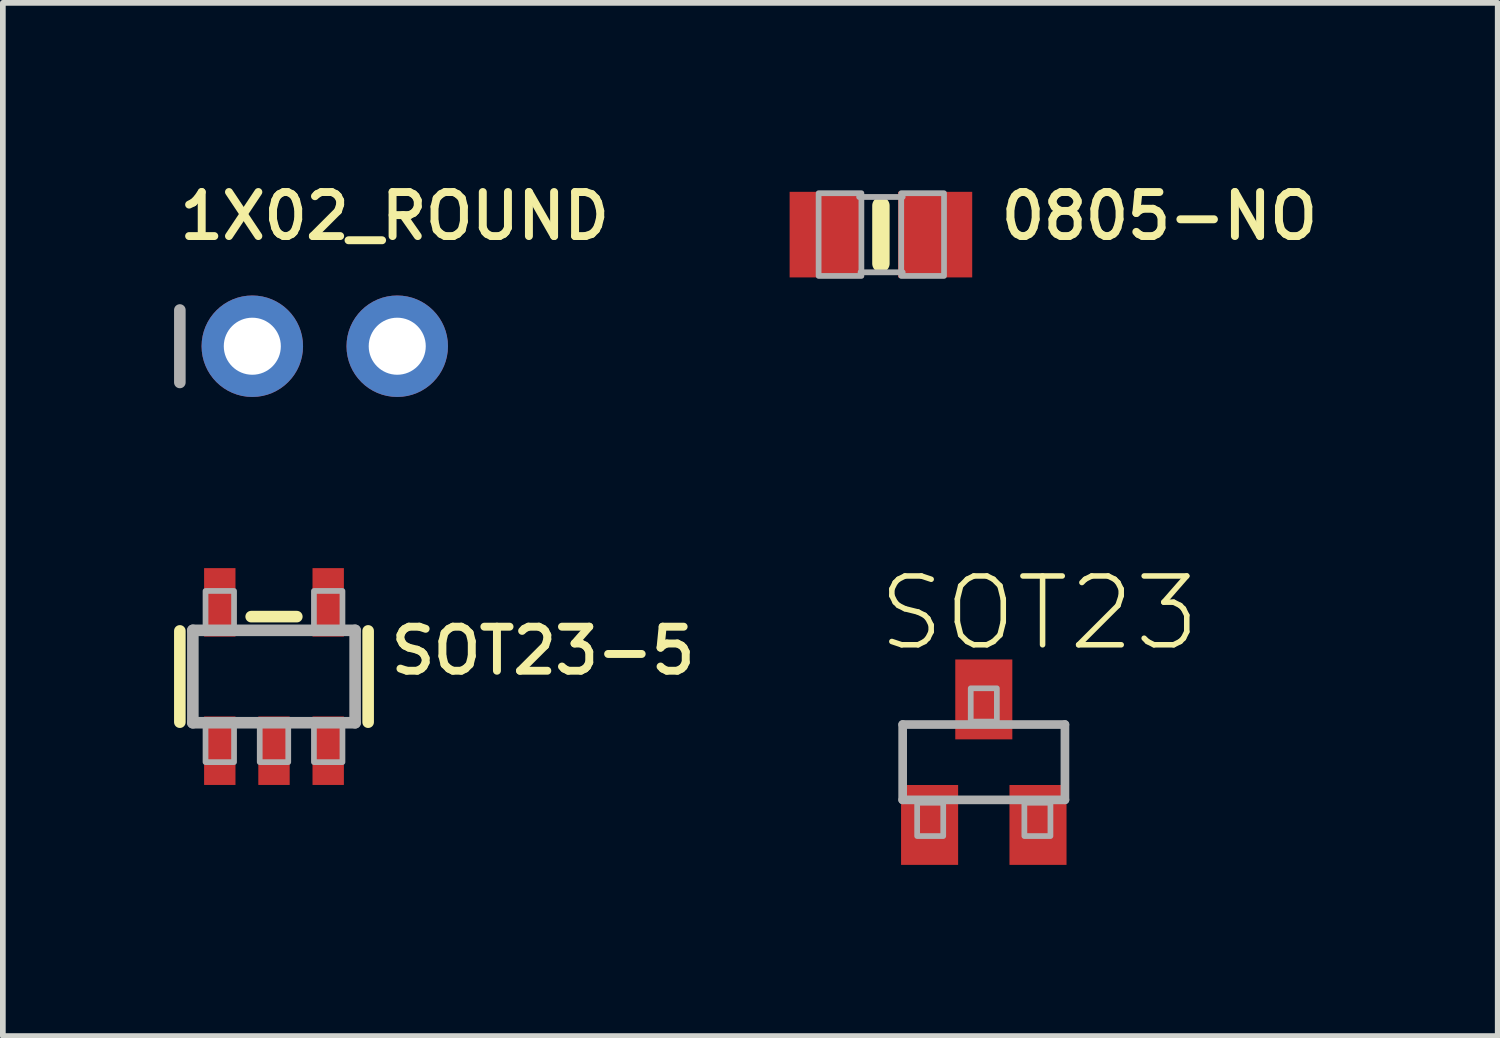
<source format=kicad_pcb>
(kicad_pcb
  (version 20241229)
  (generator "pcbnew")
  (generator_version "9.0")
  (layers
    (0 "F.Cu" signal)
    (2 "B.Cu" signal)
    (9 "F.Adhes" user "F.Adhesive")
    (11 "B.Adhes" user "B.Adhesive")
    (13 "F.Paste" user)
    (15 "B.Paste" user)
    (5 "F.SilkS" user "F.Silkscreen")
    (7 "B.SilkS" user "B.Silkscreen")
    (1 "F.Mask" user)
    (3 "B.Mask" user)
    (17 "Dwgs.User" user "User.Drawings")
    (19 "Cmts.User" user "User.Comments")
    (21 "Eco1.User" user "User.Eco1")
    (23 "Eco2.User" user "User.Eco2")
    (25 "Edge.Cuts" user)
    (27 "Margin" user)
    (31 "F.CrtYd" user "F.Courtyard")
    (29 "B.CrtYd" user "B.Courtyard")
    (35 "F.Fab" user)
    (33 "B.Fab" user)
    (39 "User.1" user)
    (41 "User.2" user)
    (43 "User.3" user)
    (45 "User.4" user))
  (footprint "SOT23-5"
    (layer "F.Cu")
    (at 1.752 8.807)
    (property "Reference" "SOT23-5" (at 1.978 0 0) (layer "F.SilkS") (effects (font (size 0.772 0.772) (thickness 0.139)) (justify left bottom)))
    (attr through_hole)
    (fp_line (start -1.65 -0.8) (end -1.65 0.8) (stroke (width 0.203) (type solid)) (layer "F.SilkS"))
    (fp_line (start -0.4 -1.05) (end 0.4 -1.05) (stroke (width 0.203) (type solid)) (layer "F.SilkS"))
    (fp_line (start 1.65 -0.8) (end 1.65 0.8) (stroke (width 0.203) (type solid)) (layer "F.SilkS"))
    (fp_line (start -1.422 -0.81) (end 1.422 -0.81) (stroke (width 0.203) (type solid)) (layer "F.Fab"))
    (fp_line (start -1.422 0.81) (end -1.422 -0.81) (stroke (width 0.203) (type solid)) (layer "F.Fab"))
    (fp_line (start 1.422 -0.81) (end 1.422 0.81) (stroke (width 0.203) (type solid)) (layer "F.Fab"))
    (fp_line (start 1.422 0.81) (end -1.422 0.81) (stroke (width 0.203) (type solid)) (layer "F.Fab"))
    (fp_poly (pts (xy -1.2 -0.85) (xy -0.7 -0.85) (xy -0.7 -1.5) (xy -1.2 -1.5)) (stroke (width 0.1) (type solid)) (fill no) (layer "F.Fab"))
    (fp_poly (pts (xy -1.2 1.5) (xy -0.7 1.5) (xy -0.7 0.85) (xy -1.2 0.85)) (stroke (width 0.1) (type solid)) (fill no) (layer "F.Fab"))
    (fp_poly (pts (xy -0.25 1.5) (xy 0.25 1.5) (xy 0.25 0.85) (xy -0.25 0.85)) (stroke (width 0.1) (type solid)) (fill no) (layer "F.Fab"))
    (fp_poly (pts (xy 0.7 -0.85) (xy 1.2 -0.85) (xy 1.2 -1.5) (xy 0.7 -1.5)) (stroke (width 0.1) (type solid)) (fill no) (layer "F.Fab"))
    (fp_poly (pts (xy 0.7 1.5) (xy 1.2 1.5) (xy 1.2 0.85) (xy 0.7 0.85)) (stroke (width 0.1) (type solid)) (fill no) (layer "F.Fab"))
    (pad "1" smd rect (at -0.95 1.3) (size 0.55 1.2) (layers "F.Cu" "F.Mask" "F.Paste"))
    (pad "2" smd rect (at 0 1.3) (size 0.55 1.2) (layers "F.Cu" "F.Mask" "F.Paste"))
    (pad "3" smd rect (at 0.95 1.3) (size 0.55 1.2) (layers "F.Cu" "F.Mask" "F.Paste"))
    (pad "4" smd rect (at 0.95 -1.3) (size 0.55 1.2) (layers "F.Cu" "F.Mask" "F.Paste"))
    (pad "5" smd rect (at -0.95 -1.3) (size 0.55 1.2) (layers "F.Cu" "F.Mask" "F.Paste")))
  (footprint "0805-NO"
    (layer "F.Cu")
    (at 12.389 1.062)
    (property "Reference" "0805-NO" (at 2.032 0.127 180) (layer "F.SilkS") (effects (font (size 0.772 0.772) (thickness 0.139)) (justify left bottom)))
    (attr through_hole)
    (fp_line (start 0 -0.508) (end 0 0.508) (stroke (width 0.305) (type solid)) (layer "F.SilkS"))
    (fp_line (start -0.381 -0.66) (end 0.381 -0.66) (stroke (width 0.102) (type solid)) (layer "F.Fab"))
    (fp_line (start -0.356 0.66) (end 0.381 0.66) (stroke (width 0.102) (type solid)) (layer "F.Fab"))
    (fp_poly (pts (xy -1.092 0.724) (xy -0.342 0.724) (xy -0.342 -0.726) (xy -1.092 -0.726)) (stroke (width 0.1) (type solid)) (fill no) (layer "F.Fab"))
    (fp_poly (pts (xy 0.356 0.724) (xy 1.106 0.724) (xy 1.106 -0.726) (xy 0.356 -0.726)) (stroke (width 0.1) (type solid)) (fill no) (layer "F.Fab"))
    (pad "1" smd rect (at -0.95 0) (size 1.3 1.5) (layers "F.Cu" "F.Mask" "F.Paste"))
    (pad "2" smd rect (at 0.95 0) (size 1.3 1.5) (layers "F.Cu" "F.Mask" "F.Paste")))
  (footprint "SOT23"
    (layer "F.Cu")
    (at 14.192 10.308)
    (property "Reference" "SOT23" (at -1.905 -1.905 180) (layer "F.SilkS") (effects (font (size 1.206 1.206) (thickness 0.097)) (justify left bottom)))
    (attr through_hole)
    (fp_line (start -1.422 -0.66) (end 1.422 -0.66) (stroke (width 0.152) (type solid)) (layer "F.Fab"))
    (fp_line (start -1.422 0.66) (end -1.422 -0.66) (stroke (width 0.152) (type solid)) (layer "F.Fab"))
    (fp_line (start 1.422 -0.66) (end 1.422 0.66) (stroke (width 0.152) (type solid)) (layer "F.Fab"))
    (fp_line (start 1.422 0.66) (end -1.422 0.66) (stroke (width 0.152) (type solid)) (layer "F.Fab"))
    (fp_poly (pts (xy -1.168 1.295) (xy -0.711 1.295) (xy -0.711 0.711) (xy -1.168 0.711)) (stroke (width 0.1) (type solid)) (fill no) (layer "F.Fab"))
    (fp_poly (pts (xy -0.229 -0.711) (xy 0.229 -0.711) (xy 0.229 -1.295) (xy -0.229 -1.295)) (stroke (width 0.1) (type solid)) (fill no) (layer "F.Fab"))
    (fp_poly (pts (xy 0.711 1.295) (xy 1.168 1.295) (xy 1.168 0.711) (xy 0.711 0.711)) (stroke (width 0.1) (type solid)) (fill no) (layer "F.Fab"))
    (pad "1" smd rect (at -0.95 1.1) (size 1 1.4) (layers "F.Cu" "F.Mask" "F.Paste"))
    (pad "2" smd rect (at 0.95 1.1) (size 1 1.4) (layers "F.Cu" "F.Mask" "F.Paste"))
    (pad "3" smd rect (at 0 -1.1) (size 1 1.4) (layers "F.Cu" "F.Mask" "F.Paste")))
  (footprint "1X02_ROUND"
    (layer "F.Cu")
    (at 2.642 3.018)
    (property "Reference" "1X02_ROUND" (at -2.616 -1.829 0) (layer "F.SilkS") (effects (font (size 0.772 0.772) (thickness 0.139)) (justify left bottom)))
    (attr through_hole)
    (fp_line (start -2.54 -0.635) (end -2.54 0.635) (stroke (width 0.203) (type solid)) (layer "F.Fab"))
    (fp_poly (pts (xy -1.524 0.254) (xy -1.016 0.254) (xy -1.016 -0.254) (xy -1.524 -0.254)) (stroke (width 0.1) (type solid)) (fill no) (layer "F.Fab"))
    (fp_poly (pts (xy 1.016 0.254) (xy 1.524 0.254) (xy 1.524 -0.254) (xy 1.016 -0.254)) (stroke (width 0.1) (type solid)) (fill no) (layer "F.Fab"))
    (pad "1" thru_hole circle (at -1.27 0 90) (size 1.778 1.778) (drill 1) (layers "*.Cu" "*.Mask"))
    (pad "2" thru_hole circle (at 1.27 0 90) (size 1.778 1.778) (drill 1) (layers "*.Cu" "*.Mask")))
  (gr_rect
    (start -3 -3)
    (end 23.199 15.108)
    (stroke (width 0.1) (type default))
    (fill no)
    (layer "Edge.Cuts")))
</source>
